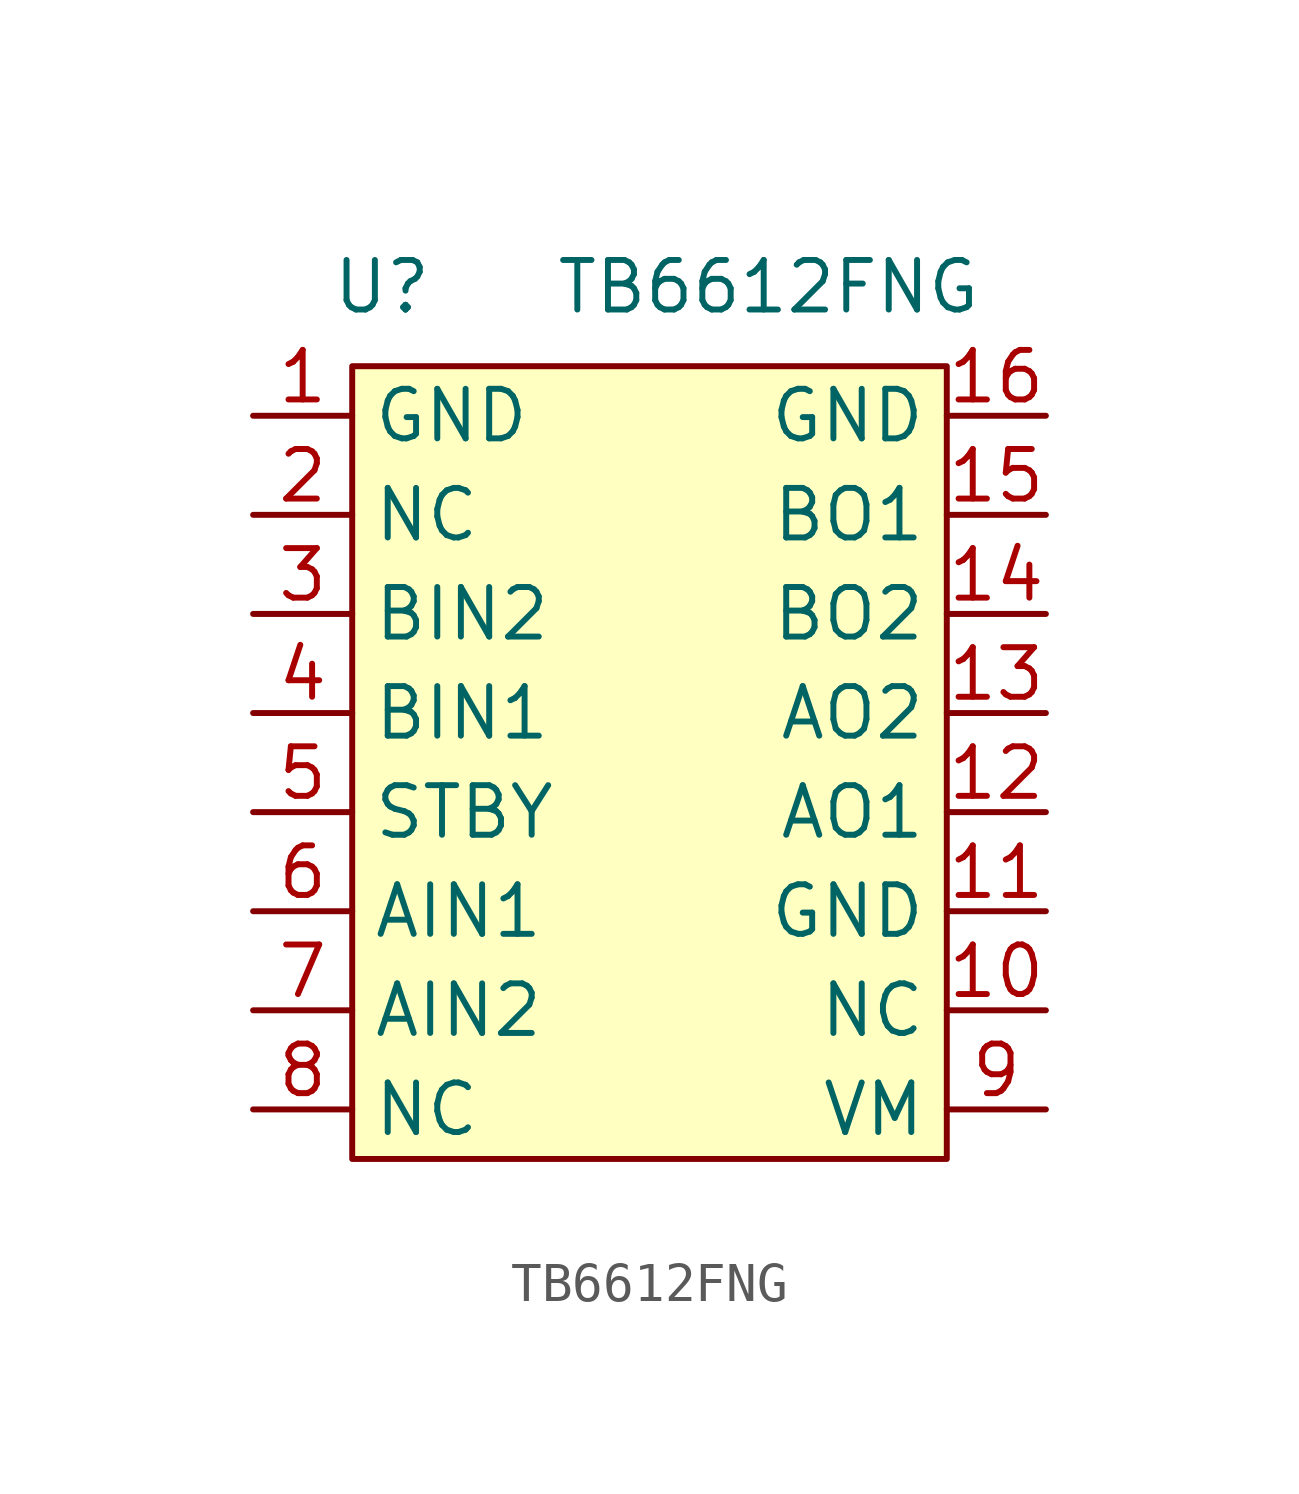
<source format=kicad_sym>
(kicad_symbol_lib
  (version 20241209)
  (generator "kicad_symbol_editor")
  (generator_version "9.0")
  (symbol "TB6612FNG"
    (property "Reference" "U"
      (at -6.858 12.192 0)
      (effects (font (size 1.27 1.27))))
    (property "Value" "TB6612FNG"
      (at 3.048 12.192 0)
      (effects (font (size 1.27 1.27))))
    (symbol "TB6612FNG_1_1"
      (rectangle (start -7.62 10.16) (end 7.62 -10.16) (stroke (width 0) (type default)) (fill (type background)))
      (pin input line (at -10.16 8.89 0) (length 2.54) (name "GND" (effects (font (size 1.27 1.27)))) (number "1" (effects (font (size 1.27 1.27)))))
      (pin input line (at -10.16 6.35 0) (length 2.54) (name "NC" (effects (font (size 1.27 1.27)))) (number "2" (effects (font (size 1.27 1.27)))))
      (pin input line (at -10.16 3.81 0) (length 2.54) (name "BIN2" (effects (font (size 1.27 1.27)))) (number "3" (effects (font (size 1.27 1.27)))))
      (pin input line (at -10.16 1.27 0) (length 2.54) (name "BIN1" (effects (font (size 1.27 1.27)))) (number "4" (effects (font (size 1.27 1.27)))))
      (pin input line (at -10.16 -1.27 0) (length 2.54) (name "STBY" (effects (font (size 1.27 1.27)))) (number "5" (effects (font (size 1.27 1.27)))))
      (pin input line (at -10.16 -3.81 0) (length 2.54) (name "AIN1" (effects (font (size 1.27 1.27)))) (number "6" (effects (font (size 1.27 1.27)))))
      (pin input line (at -10.16 -6.35 0) (length 2.54) (name "AIN2" (effects (font (size 1.27 1.27)))) (number "7" (effects (font (size 1.27 1.27)))))
      (pin input line (at -10.16 -8.89 0) (length 2.54) (name "NC" (effects (font (size 1.27 1.27)))) (number "8" (effects (font (size 1.27 1.27)))))
      (pin input line (at 10.16 8.89 180) (length 2.54) (name "GND" (effects (font (size 1.27 1.27)))) (number "16" (effects (font (size 1.27 1.27)))))
      (pin input line (at 10.16 6.35 180) (length 2.54) (name "BO1" (effects (font (size 1.27 1.27)))) (number "15" (effects (font (size 1.27 1.27)))))
      (pin input line (at 10.16 3.81 180) (length 2.54) (name "BO2" (effects (font (size 1.27 1.27)))) (number "14" (effects (font (size 1.27 1.27)))))
      (pin input line (at 10.16 1.27 180) (length 2.54) (name "AO2" (effects (font (size 1.27 1.27)))) (number "13" (effects (font (size 1.27 1.27)))))
      (pin input line (at 10.16 -1.27 180) (length 2.54) (name "AO1" (effects (font (size 1.27 1.27)))) (number "12" (effects (font (size 1.27 1.27)))))
      (pin input line (at 10.16 -3.81 180) (length 2.54) (name "GND" (effects (font (size 1.27 1.27)))) (number "11" (effects (font (size 1.27 1.27)))))
      (pin input line (at 10.16 -6.35 180) (length 2.54) (name "NC" (effects (font (size 1.27 1.27)))) (number "10" (effects (font (size 1.27 1.27)))))
      (pin input line (at 10.16 -8.89 180) (length 2.54) (name "VM" (effects (font (size 1.27 1.27)))) (number "9" (effects (font (size 1.27 1.27))))))))
</source>
